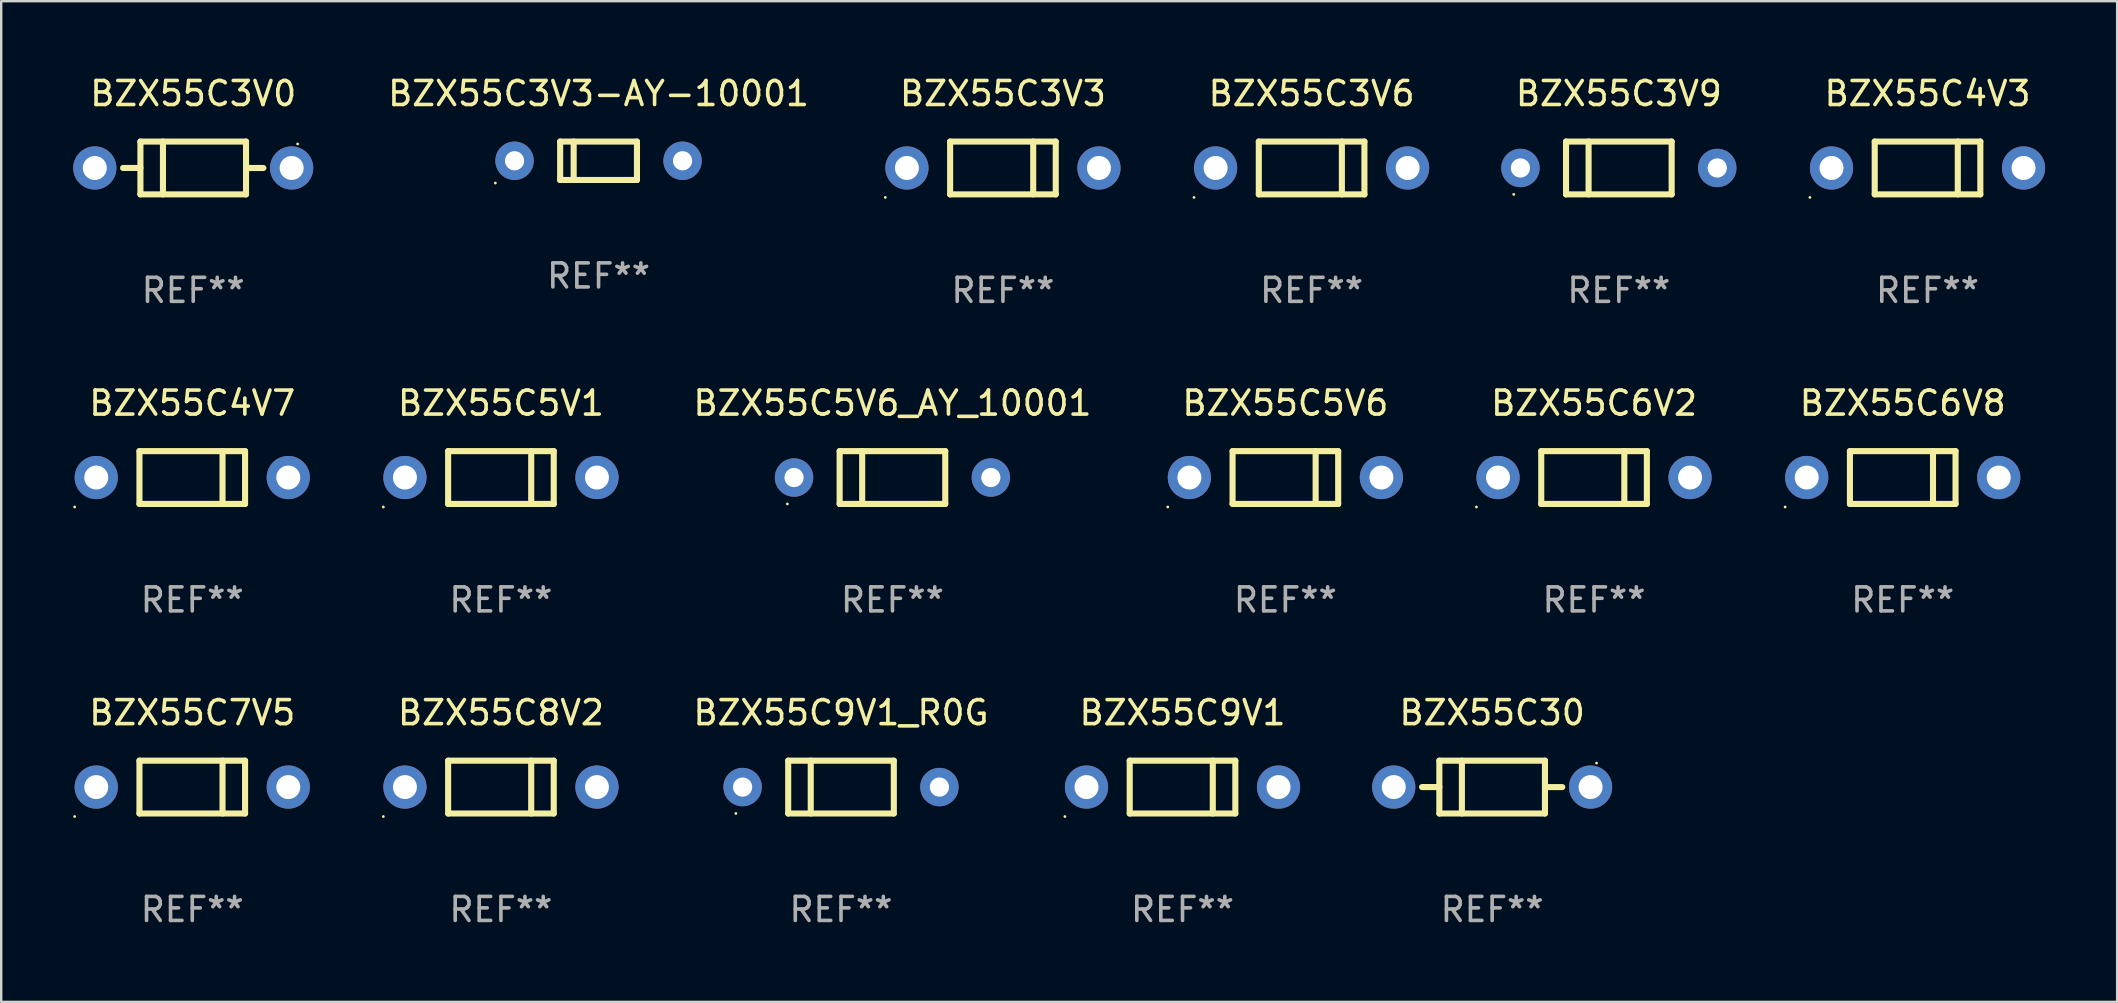
<source format=kicad_pcb>
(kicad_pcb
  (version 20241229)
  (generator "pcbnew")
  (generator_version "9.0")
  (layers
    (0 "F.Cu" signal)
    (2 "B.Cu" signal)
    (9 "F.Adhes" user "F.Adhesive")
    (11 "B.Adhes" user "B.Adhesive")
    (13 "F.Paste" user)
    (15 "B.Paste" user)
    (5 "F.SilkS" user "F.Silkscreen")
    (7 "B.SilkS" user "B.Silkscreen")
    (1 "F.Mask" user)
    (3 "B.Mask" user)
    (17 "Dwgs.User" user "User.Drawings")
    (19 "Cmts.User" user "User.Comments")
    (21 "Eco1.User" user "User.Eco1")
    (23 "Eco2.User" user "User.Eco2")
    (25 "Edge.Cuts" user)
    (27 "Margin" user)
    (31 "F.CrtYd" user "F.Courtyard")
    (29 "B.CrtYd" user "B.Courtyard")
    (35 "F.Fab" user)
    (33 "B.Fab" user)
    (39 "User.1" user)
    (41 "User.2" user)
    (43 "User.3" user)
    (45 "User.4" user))
  (footprint "BZX55C5V6_AY_10001"
    (layer "F.Cu")
    (at 34.131 16.845)
    (property "Reference" "BZX55C5V6_AY_10001" (at 0 -3.1 0) (layer "F.SilkS") (effects (font (size 1 1) (thickness 0.15))))
    (attr through_hole)
    (fp_line (start -2.2 -1.1) (end -2.2 1.1) (stroke (width 0.254) (type solid)) (layer "F.SilkS"))
    (fp_line (start -2.2 -1.1) (end 2.2 -1.1) (stroke (width 0.254) (type solid)) (layer "F.SilkS"))
    (fp_line (start -2.2 1.1) (end 2.2 1.1) (stroke (width 0.254) (type solid)) (layer "F.SilkS"))
    (fp_line (start -1.261 -1.1) (end -1.261 1.1) (stroke (width 0.254) (type solid)) (layer "F.SilkS"))
    (fp_line (start 2.2 -1.1) (end 2.2 1.1) (stroke (width 0.254) (type solid)) (layer "F.SilkS"))
    (fp_circle (center -4.38 1.1) (end -4.35 1.1) (stroke (width 0.06) (type solid)) (fill no) (layer "F.SilkS"))
    (fp_text user "REF**" (at 0 5.1 0) (layer "F.Fab") (effects (font (size 1 1) (thickness 0.15))))
    (pad "1" thru_hole circle (at -4.1 0) (size 1.6 1.6) (drill 0.8) (layers "*.Cu" "*.Mask"))
    (pad "2" thru_hole circle (at 4.1 0) (size 1.6 1.6) (drill 0.8) (layers "*.Cu" "*.Mask")))
  (footprint "BZX55C6V2"
    (layer "F.Cu")
    (at 63.361 16.845)
    (property "Reference" "BZX55C6V2" (at 0 -3.1 0) (layer "F.SilkS") (effects (font (size 1 1) (thickness 0.15))))
    (attr through_hole)
    (fp_line (start -2.2 1.1) (end -2.2 -1.1) (stroke (width 0.254) (type solid)) (layer "F.SilkS"))
    (fp_line (start 1.261 1.1) (end 1.261 -1.1) (stroke (width 0.254) (type solid)) (layer "F.SilkS"))
    (fp_line (start 2.2 -1.1) (end -2.2 -1.1) (stroke (width 0.254) (type solid)) (layer "F.SilkS"))
    (fp_line (start 2.2 1.1) (end -2.2 1.1) (stroke (width 0.254) (type solid)) (layer "F.SilkS"))
    (fp_line (start 2.2 1.1) (end 2.2 -1.1) (stroke (width 0.254) (type solid)) (layer "F.SilkS"))
    (fp_circle (center -4.9 1.227) (end -4.87 1.227) (stroke (width 0.06) (type solid)) (fill no) (layer "F.SilkS"))
    (fp_text user "REF**" (at 0 5.1 0) (layer "F.Fab") (effects (font (size 1 1) (thickness 0.15))))
    (pad "1" thru_hole circle (at -4 0) (size 1.8 1.8) (drill 1) (layers "*.Cu" "*.Mask"))
    (pad "2" thru_hole circle (at 4 0) (size 1.8 1.8) (drill 1) (layers "*.Cu" "*.Mask")))
  (footprint "BZX55C8V2"
    (layer "F.Cu")
    (at 17.82 29.741)
    (property "Reference" "BZX55C8V2" (at 0 -3.1 0) (layer "F.SilkS") (effects (font (size 1 1) (thickness 0.15))))
    (attr through_hole)
    (fp_line (start -2.2 1.1) (end -2.2 -1.1) (stroke (width 0.254) (type solid)) (layer "F.SilkS"))
    (fp_line (start 1.261 1.1) (end 1.261 -1.1) (stroke (width 0.254) (type solid)) (layer "F.SilkS"))
    (fp_line (start 2.2 -1.1) (end -2.2 -1.1) (stroke (width 0.254) (type solid)) (layer "F.SilkS"))
    (fp_line (start 2.2 1.1) (end -2.2 1.1) (stroke (width 0.254) (type solid)) (layer "F.SilkS"))
    (fp_line (start 2.2 1.1) (end 2.2 -1.1) (stroke (width 0.254) (type solid)) (layer "F.SilkS"))
    (fp_circle (center -4.9 1.227) (end -4.87 1.227) (stroke (width 0.06) (type solid)) (fill no) (layer "F.SilkS"))
    (fp_text user "REF**" (at 0 5.1 0) (layer "F.Fab") (effects (font (size 1 1) (thickness 0.15))))
    (pad "1" thru_hole circle (at -4 0) (size 1.8 1.8) (drill 1) (layers "*.Cu" "*.Mask"))
    (pad "2" thru_hole circle (at 4 0) (size 1.8 1.8) (drill 1) (layers "*.Cu" "*.Mask")))
  (footprint "BZX55C3V6"
    (layer "F.Cu")
    (at 51.594 3.948)
    (property "Reference" "BZX55C3V6" (at 0 -3.1 0) (layer "F.SilkS") (effects (font (size 1 1) (thickness 0.15))))
    (attr through_hole)
    (fp_line (start -2.2 1.1) (end -2.2 -1.1) (stroke (width 0.254) (type solid)) (layer "F.SilkS"))
    (fp_line (start 1.261 1.1) (end 1.261 -1.1) (stroke (width 0.254) (type solid)) (layer "F.SilkS"))
    (fp_line (start 2.2 -1.1) (end -2.2 -1.1) (stroke (width 0.254) (type solid)) (layer "F.SilkS"))
    (fp_line (start 2.2 1.1) (end -2.2 1.1) (stroke (width 0.254) (type solid)) (layer "F.SilkS"))
    (fp_line (start 2.2 1.1) (end 2.2 -1.1) (stroke (width 0.254) (type solid)) (layer "F.SilkS"))
    (fp_circle (center -4.9 1.227) (end -4.87 1.227) (stroke (width 0.06) (type solid)) (fill no) (layer "F.SilkS"))
    (fp_text user "REF**" (at 0 5.1 0) (layer "F.Fab") (effects (font (size 1 1) (thickness 0.15))))
    (pad "1" thru_hole circle (at -4 0) (size 1.8 1.8) (drill 1) (layers "*.Cu" "*.Mask"))
    (pad "2" thru_hole circle (at 4 0) (size 1.8 1.8) (drill 1) (layers "*.Cu" "*.Mask")))
  (footprint "BZX55C9V1_R0G"
    (layer "F.Cu")
    (at 31.988 29.741)
    (property "Reference" "BZX55C9V1_R0G" (at 0 -3.1 0) (layer "F.SilkS") (effects (font (size 1 1) (thickness 0.15))))
    (attr through_hole)
    (fp_line (start -2.2 -1.1) (end -2.2 1.1) (stroke (width 0.254) (type solid)) (layer "F.SilkS"))
    (fp_line (start -2.2 -1.1) (end 2.2 -1.1) (stroke (width 0.254) (type solid)) (layer "F.SilkS"))
    (fp_line (start -2.2 1.1) (end 2.2 1.1) (stroke (width 0.254) (type solid)) (layer "F.SilkS"))
    (fp_line (start -1.261 -1.1) (end -1.261 1.1) (stroke (width 0.254) (type solid)) (layer "F.SilkS"))
    (fp_line (start 2.2 -1.1) (end 2.2 1.1) (stroke (width 0.254) (type solid)) (layer "F.SilkS"))
    (fp_circle (center -4.38 1.1) (end -4.35 1.1) (stroke (width 0.06) (type solid)) (fill no) (layer "F.SilkS"))
    (fp_text user "REF**" (at 0 5.1 0) (layer "F.Fab") (effects (font (size 1 1) (thickness 0.15))))
    (pad "1" thru_hole circle (at -4.1 0) (size 1.6 1.6) (drill 0.8) (layers "*.Cu" "*.Mask"))
    (pad "2" thru_hole circle (at 4.1 0) (size 1.6 1.6) (drill 0.8) (layers "*.Cu" "*.Mask")))
  (footprint "BZX55C3V3-AY-10001"
    (layer "F.Cu")
    (at 21.887 3.648)
    (property "Reference" "BZX55C3V3-AY-10001" (at 0 -2.8 0) (layer "F.SilkS") (effects (font (size 1 1) (thickness 0.15))))
    (attr through_hole)
    (fp_line (start -1.6 -0.8) (end -1.6 0.8) (stroke (width 0.254) (type solid)) (layer "F.SilkS"))
    (fp_line (start -1.6 -0.8) (end 1.6 -0.8) (stroke (width 0.254) (type solid)) (layer "F.SilkS"))
    (fp_line (start -1.6 0.8) (end 1.6 0.8) (stroke (width 0.254) (type solid)) (layer "F.SilkS"))
    (fp_line (start -1.037 -0.8) (end -1.037 0.8) (stroke (width 0.254) (type solid)) (layer "F.SilkS"))
    (fp_line (start 1.6 -0.8) (end 1.6 0.8) (stroke (width 0.254) (type solid)) (layer "F.SilkS"))
    (fp_circle (center -4.3 0.927) (end -4.27 0.927) (stroke (width 0.06) (type solid)) (fill no) (layer "F.SilkS"))
    (fp_text user "REF**" (at 0 4.8 0) (layer "F.Fab") (effects (font (size 1 1) (thickness 0.15))))
    (pad "1" thru_hole circle (at -3.5 0) (size 1.6 1.6) (drill 0.8) (layers "*.Cu" "*.Mask"))
    (pad "2" thru_hole circle (at 3.5 0) (size 1.6 1.6) (drill 0.8) (layers "*.Cu" "*.Mask")))
  (footprint "BZX55C5V1"
    (layer "F.Cu")
    (at 17.82 16.845)
    (property "Reference" "BZX55C5V1" (at 0 -3.1 0) (layer "F.SilkS") (effects (font (size 1 1) (thickness 0.15))))
    (attr through_hole)
    (fp_line (start -2.2 1.1) (end -2.2 -1.1) (stroke (width 0.254) (type solid)) (layer "F.SilkS"))
    (fp_line (start 1.261 1.1) (end 1.261 -1.1) (stroke (width 0.254) (type solid)) (layer "F.SilkS"))
    (fp_line (start 2.2 -1.1) (end -2.2 -1.1) (stroke (width 0.254) (type solid)) (layer "F.SilkS"))
    (fp_line (start 2.2 1.1) (end -2.2 1.1) (stroke (width 0.254) (type solid)) (layer "F.SilkS"))
    (fp_line (start 2.2 1.1) (end 2.2 -1.1) (stroke (width 0.254) (type solid)) (layer "F.SilkS"))
    (fp_circle (center -4.9 1.227) (end -4.87 1.227) (stroke (width 0.06) (type solid)) (fill no) (layer "F.SilkS"))
    (fp_text user "REF**" (at 0 5.1 0) (layer "F.Fab") (effects (font (size 1 1) (thickness 0.15))))
    (pad "1" thru_hole circle (at -4 0) (size 1.8 1.8) (drill 1) (layers "*.Cu" "*.Mask"))
    (pad "2" thru_hole circle (at 4 0) (size 1.8 1.8) (drill 1) (layers "*.Cu" "*.Mask")))
  (footprint "BZX55C4V7"
    (layer "F.Cu")
    (at 4.96 16.845)
    (property "Reference" "BZX55C4V7" (at 0 -3.1 0) (layer "F.SilkS") (effects (font (size 1 1) (thickness 0.15))))
    (attr through_hole)
    (fp_line (start -2.2 1.1) (end -2.2 -1.1) (stroke (width 0.254) (type solid)) (layer "F.SilkS"))
    (fp_line (start 1.261 1.1) (end 1.261 -1.1) (stroke (width 0.254) (type solid)) (layer "F.SilkS"))
    (fp_line (start 2.2 -1.1) (end -2.2 -1.1) (stroke (width 0.254) (type solid)) (layer "F.SilkS"))
    (fp_line (start 2.2 1.1) (end -2.2 1.1) (stroke (width 0.254) (type solid)) (layer "F.SilkS"))
    (fp_line (start 2.2 1.1) (end 2.2 -1.1) (stroke (width 0.254) (type solid)) (layer "F.SilkS"))
    (fp_circle (center -4.9 1.227) (end -4.87 1.227) (stroke (width 0.06) (type solid)) (fill no) (layer "F.SilkS"))
    (fp_text user "REF**" (at 0 5.1 0) (layer "F.Fab") (effects (font (size 1 1) (thickness 0.15))))
    (pad "1" thru_hole circle (at -4 0) (size 1.8 1.8) (drill 1) (layers "*.Cu" "*.Mask"))
    (pad "2" thru_hole circle (at 4 0) (size 1.8 1.8) (drill 1) (layers "*.Cu" "*.Mask")))
  (footprint "BZX55C3V9"
    (layer "F.Cu")
    (at 64.394 3.948)
    (property "Reference" "BZX55C3V9" (at 0 -3.1 0) (layer "F.SilkS") (effects (font (size 1 1) (thickness 0.15))))
    (attr through_hole)
    (fp_line (start -2.2 -1.1) (end -2.2 1.1) (stroke (width 0.254) (type solid)) (layer "F.SilkS"))
    (fp_line (start -2.2 -1.1) (end 2.2 -1.1) (stroke (width 0.254) (type solid)) (layer "F.SilkS"))
    (fp_line (start -2.2 1.1) (end 2.2 1.1) (stroke (width 0.254) (type solid)) (layer "F.SilkS"))
    (fp_line (start -1.261 -1.1) (end -1.261 1.1) (stroke (width 0.254) (type solid)) (layer "F.SilkS"))
    (fp_line (start 2.2 -1.1) (end 2.2 1.1) (stroke (width 0.254) (type solid)) (layer "F.SilkS"))
    (fp_circle (center -4.38 1.1) (end -4.35 1.1) (stroke (width 0.06) (type solid)) (fill no) (layer "F.SilkS"))
    (fp_text user "REF**" (at 0 5.1 0) (layer "F.Fab") (effects (font (size 1 1) (thickness 0.15))))
    (pad "1" thru_hole circle (at -4.1 0) (size 1.6 1.6) (drill 0.8) (layers "*.Cu" "*.Mask"))
    (pad "2" thru_hole circle (at 4.1 0) (size 1.6 1.6) (drill 0.8) (layers "*.Cu" "*.Mask")))
  (footprint "BZX55C5V6"
    (layer "F.Cu")
    (at 50.501 16.845)
    (property "Reference" "BZX55C5V6" (at 0 -3.1 0) (layer "F.SilkS") (effects (font (size 1 1) (thickness 0.15))))
    (attr through_hole)
    (fp_line (start -2.2 1.1) (end -2.2 -1.1) (stroke (width 0.254) (type solid)) (layer "F.SilkS"))
    (fp_line (start 1.261 1.1) (end 1.261 -1.1) (stroke (width 0.254) (type solid)) (layer "F.SilkS"))
    (fp_line (start 2.2 -1.1) (end -2.2 -1.1) (stroke (width 0.254) (type solid)) (layer "F.SilkS"))
    (fp_line (start 2.2 1.1) (end -2.2 1.1) (stroke (width 0.254) (type solid)) (layer "F.SilkS"))
    (fp_line (start 2.2 1.1) (end 2.2 -1.1) (stroke (width 0.254) (type solid)) (layer "F.SilkS"))
    (fp_circle (center -4.9 1.227) (end -4.87 1.227) (stroke (width 0.06) (type solid)) (fill no) (layer "F.SilkS"))
    (fp_text user "REF**" (at 0 5.1 0) (layer "F.Fab") (effects (font (size 1 1) (thickness 0.15))))
    (pad "1" thru_hole circle (at -4 0) (size 1.8 1.8) (drill 1) (layers "*.Cu" "*.Mask"))
    (pad "2" thru_hole circle (at 4 0) (size 1.8 1.8) (drill 1) (layers "*.Cu" "*.Mask")))
  (footprint "BZX55C9V1"
    (layer "F.Cu")
    (at 46.216 29.741)
    (property "Reference" "BZX55C9V1" (at 0 -3.1 0) (layer "F.SilkS") (effects (font (size 1 1) (thickness 0.15))))
    (attr through_hole)
    (fp_line (start -2.2 1.1) (end -2.2 -1.1) (stroke (width 0.254) (type solid)) (layer "F.SilkS"))
    (fp_line (start 1.261 1.1) (end 1.261 -1.1) (stroke (width 0.254) (type solid)) (layer "F.SilkS"))
    (fp_line (start 2.2 -1.1) (end -2.2 -1.1) (stroke (width 0.254) (type solid)) (layer "F.SilkS"))
    (fp_line (start 2.2 1.1) (end -2.2 1.1) (stroke (width 0.254) (type solid)) (layer "F.SilkS"))
    (fp_line (start 2.2 1.1) (end 2.2 -1.1) (stroke (width 0.254) (type solid)) (layer "F.SilkS"))
    (fp_circle (center -4.9 1.227) (end -4.87 1.227) (stroke (width 0.06) (type solid)) (fill no) (layer "F.SilkS"))
    (fp_text user "REF**" (at 0 5.1 0) (layer "F.Fab") (effects (font (size 1 1) (thickness 0.15))))
    (pad "1" thru_hole circle (at -4 0) (size 1.8 1.8) (drill 1) (layers "*.Cu" "*.Mask"))
    (pad "2" thru_hole circle (at 4 0) (size 1.8 1.8) (drill 1) (layers "*.Cu" "*.Mask")))
  (footprint "BZX55C3V0"
    (layer "F.Cu")
    (at 5 3.948)
    (property "Reference" "BZX55C3V0" (at 0 -3.1 0) (layer "F.SilkS") (effects (font (size 1 1) (thickness 0.15))))
    (attr through_hole)
    (fp_line (start -2.2 -1.1) (end -2.2 1.1) (stroke (width 0.254) (type solid)) (layer "F.SilkS"))
    (fp_line (start -2.2 -1.1) (end 2.2 -1.1) (stroke (width 0.254) (type solid)) (layer "F.SilkS"))
    (fp_line (start -2.2 -0.001) (end -2.921 -0.001) (stroke (width 0.254) (type solid)) (layer "F.SilkS"))
    (fp_line (start -2.2 1.1) (end 2.2 1.1) (stroke (width 0.254) (type solid)) (layer "F.SilkS"))
    (fp_line (start -1.261 -1.1) (end -1.261 1.1) (stroke (width 0.254) (type solid)) (layer "F.SilkS"))
    (fp_line (start 2.2 -1.1) (end 2.2 1.1) (stroke (width 0.254) (type solid)) (layer "F.SilkS"))
    (fp_line (start 2.2 0.001) (end 2.921 0.001) (stroke (width 0.254) (type solid)) (layer "F.SilkS"))
    (fp_circle (center 4.35 -1) (end 4.38 -1) (stroke (width 0.06) (type solid)) (fill no) (layer "F.SilkS"))
    (fp_text user "REF**" (at 0 5.1 0) (layer "F.Fab") (effects (font (size 1 1) (thickness 0.15))))
    (pad "1" thru_hole circle (at 4.1 0) (size 1.8 1.8) (drill 1) (layers "*.Cu" "*.Mask"))
    (pad "2" thru_hole circle (at -4.1 0) (size 1.8 1.8) (drill 1) (layers "*.Cu" "*.Mask")))
  (footprint "BZX55C4V3"
    (layer "F.Cu")
    (at 77.254 3.948)
    (property "Reference" "BZX55C4V3" (at 0 -3.1 0) (layer "F.SilkS") (effects (font (size 1 1) (thickness 0.15))))
    (attr through_hole)
    (fp_line (start -2.2 1.1) (end -2.2 -1.1) (stroke (width 0.254) (type solid)) (layer "F.SilkS"))
    (fp_line (start 1.261 1.1) (end 1.261 -1.1) (stroke (width 0.254) (type solid)) (layer "F.SilkS"))
    (fp_line (start 2.2 -1.1) (end -2.2 -1.1) (stroke (width 0.254) (type solid)) (layer "F.SilkS"))
    (fp_line (start 2.2 1.1) (end -2.2 1.1) (stroke (width 0.254) (type solid)) (layer "F.SilkS"))
    (fp_line (start 2.2 1.1) (end 2.2 -1.1) (stroke (width 0.254) (type solid)) (layer "F.SilkS"))
    (fp_circle (center -4.9 1.227) (end -4.87 1.227) (stroke (width 0.06) (type solid)) (fill no) (layer "F.SilkS"))
    (fp_text user "REF**" (at 0 5.1 0) (layer "F.Fab") (effects (font (size 1 1) (thickness 0.15))))
    (pad "1" thru_hole circle (at -4 0) (size 1.8 1.8) (drill 1) (layers "*.Cu" "*.Mask"))
    (pad "2" thru_hole circle (at 4 0) (size 1.8 1.8) (drill 1) (layers "*.Cu" "*.Mask")))
  (footprint "BZX55C7V5"
    (layer "F.Cu")
    (at 4.96 29.741)
    (property "Reference" "BZX55C7V5" (at 0 -3.1 0) (layer "F.SilkS") (effects (font (size 1 1) (thickness 0.15))))
    (attr through_hole)
    (fp_line (start -2.2 1.1) (end -2.2 -1.1) (stroke (width 0.254) (type solid)) (layer "F.SilkS"))
    (fp_line (start 1.261 1.1) (end 1.261 -1.1) (stroke (width 0.254) (type solid)) (layer "F.SilkS"))
    (fp_line (start 2.2 -1.1) (end -2.2 -1.1) (stroke (width 0.254) (type solid)) (layer "F.SilkS"))
    (fp_line (start 2.2 1.1) (end -2.2 1.1) (stroke (width 0.254) (type solid)) (layer "F.SilkS"))
    (fp_line (start 2.2 1.1) (end 2.2 -1.1) (stroke (width 0.254) (type solid)) (layer "F.SilkS"))
    (fp_circle (center -4.9 1.227) (end -4.87 1.227) (stroke (width 0.06) (type solid)) (fill no) (layer "F.SilkS"))
    (fp_text user "REF**" (at 0 5.1 0) (layer "F.Fab") (effects (font (size 1 1) (thickness 0.15))))
    (pad "1" thru_hole circle (at -4 0) (size 1.8 1.8) (drill 1) (layers "*.Cu" "*.Mask"))
    (pad "2" thru_hole circle (at 4 0) (size 1.8 1.8) (drill 1) (layers "*.Cu" "*.Mask")))
  (footprint "BZX55C6V8"
    (layer "F.Cu")
    (at 76.221 16.845)
    (property "Reference" "BZX55C6V8" (at 0 -3.1 0) (layer "F.SilkS") (effects (font (size 1 1) (thickness 0.15))))
    (attr through_hole)
    (fp_line (start -2.2 1.1) (end -2.2 -1.1) (stroke (width 0.254) (type solid)) (layer "F.SilkS"))
    (fp_line (start 1.261 1.1) (end 1.261 -1.1) (stroke (width 0.254) (type solid)) (layer "F.SilkS"))
    (fp_line (start 2.2 -1.1) (end -2.2 -1.1) (stroke (width 0.254) (type solid)) (layer "F.SilkS"))
    (fp_line (start 2.2 1.1) (end -2.2 1.1) (stroke (width 0.254) (type solid)) (layer "F.SilkS"))
    (fp_line (start 2.2 1.1) (end 2.2 -1.1) (stroke (width 0.254) (type solid)) (layer "F.SilkS"))
    (fp_circle (center -4.9 1.227) (end -4.87 1.227) (stroke (width 0.06) (type solid)) (fill no) (layer "F.SilkS"))
    (fp_text user "REF**" (at 0 5.1 0) (layer "F.Fab") (effects (font (size 1 1) (thickness 0.15))))
    (pad "1" thru_hole circle (at -4 0) (size 1.8 1.8) (drill 1) (layers "*.Cu" "*.Mask"))
    (pad "2" thru_hole circle (at 4 0) (size 1.8 1.8) (drill 1) (layers "*.Cu" "*.Mask")))
  (footprint "BZX55C3V3"
    (layer "F.Cu")
    (at 38.734 3.948)
    (property "Reference" "BZX55C3V3" (at 0 -3.1 0) (layer "F.SilkS") (effects (font (size 1 1) (thickness 0.15))))
    (attr through_hole)
    (fp_line (start -2.2 1.1) (end -2.2 -1.1) (stroke (width 0.254) (type solid)) (layer "F.SilkS"))
    (fp_line (start 1.261 1.1) (end 1.261 -1.1) (stroke (width 0.254) (type solid)) (layer "F.SilkS"))
    (fp_line (start 2.2 -1.1) (end -2.2 -1.1) (stroke (width 0.254) (type solid)) (layer "F.SilkS"))
    (fp_line (start 2.2 1.1) (end -2.2 1.1) (stroke (width 0.254) (type solid)) (layer "F.SilkS"))
    (fp_line (start 2.2 1.1) (end 2.2 -1.1) (stroke (width 0.254) (type solid)) (layer "F.SilkS"))
    (fp_circle (center -4.9 1.227) (end -4.87 1.227) (stroke (width 0.06) (type solid)) (fill no) (layer "F.SilkS"))
    (fp_text user "REF**" (at 0 5.1 0) (layer "F.Fab") (effects (font (size 1 1) (thickness 0.15))))
    (pad "1" thru_hole circle (at -4 0) (size 1.8 1.8) (drill 1) (layers "*.Cu" "*.Mask"))
    (pad "2" thru_hole circle (at 4 0) (size 1.8 1.8) (drill 1) (layers "*.Cu" "*.Mask")))
  (footprint "BZX55C30"
    (layer "F.Cu")
    (at 59.116 29.741)
    (property "Reference" "BZX55C30" (at 0 -3.1 0) (layer "F.SilkS") (effects (font (size 1 1) (thickness 0.15))))
    (attr through_hole)
    (fp_line (start -2.2 -1.1) (end -2.2 1.1) (stroke (width 0.254) (type solid)) (layer "F.SilkS"))
    (fp_line (start -2.2 -1.1) (end 2.2 -1.1) (stroke (width 0.254) (type solid)) (layer "F.SilkS"))
    (fp_line (start -2.2 -0.001) (end -2.921 -0.001) (stroke (width 0.254) (type solid)) (layer "F.SilkS"))
    (fp_line (start -2.2 1.1) (end 2.2 1.1) (stroke (width 0.254) (type solid)) (layer "F.SilkS"))
    (fp_line (start -1.261 -1.1) (end -1.261 1.1) (stroke (width 0.254) (type solid)) (layer "F.SilkS"))
    (fp_line (start 2.2 -1.1) (end 2.2 1.1) (stroke (width 0.254) (type solid)) (layer "F.SilkS"))
    (fp_line (start 2.2 0.001) (end 2.921 0.001) (stroke (width 0.254) (type solid)) (layer "F.SilkS"))
    (fp_circle (center 4.35 -1) (end 4.38 -1) (stroke (width 0.06) (type solid)) (fill no) (layer "F.SilkS"))
    (fp_text user "REF**" (at 0 5.1 0) (layer "F.Fab") (effects (font (size 1 1) (thickness 0.15))))
    (pad "1" thru_hole circle (at 4.1 0) (size 1.8 1.8) (drill 1) (layers "*.Cu" "*.Mask"))
    (pad "2" thru_hole circle (at -4.1 0) (size 1.8 1.8) (drill 1) (layers "*.Cu" "*.Mask")))
  (gr_rect
    (start -3 -3)
    (end 85.154 38.69)
    (stroke (width 0.1) (type default))
    (fill no)
    (layer "Edge.Cuts")))
</source>
